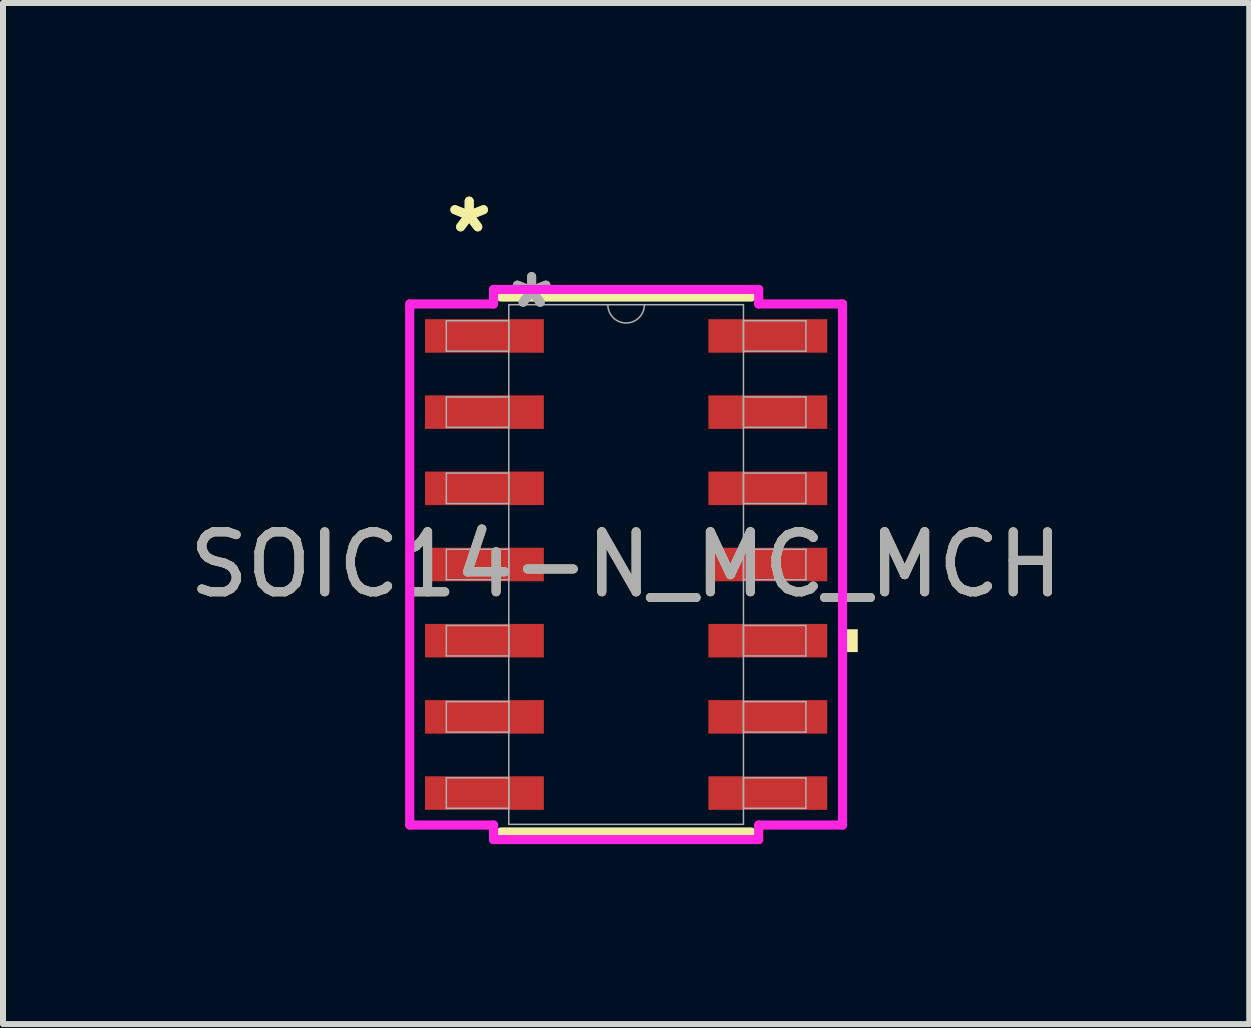
<source format=kicad_pcb>
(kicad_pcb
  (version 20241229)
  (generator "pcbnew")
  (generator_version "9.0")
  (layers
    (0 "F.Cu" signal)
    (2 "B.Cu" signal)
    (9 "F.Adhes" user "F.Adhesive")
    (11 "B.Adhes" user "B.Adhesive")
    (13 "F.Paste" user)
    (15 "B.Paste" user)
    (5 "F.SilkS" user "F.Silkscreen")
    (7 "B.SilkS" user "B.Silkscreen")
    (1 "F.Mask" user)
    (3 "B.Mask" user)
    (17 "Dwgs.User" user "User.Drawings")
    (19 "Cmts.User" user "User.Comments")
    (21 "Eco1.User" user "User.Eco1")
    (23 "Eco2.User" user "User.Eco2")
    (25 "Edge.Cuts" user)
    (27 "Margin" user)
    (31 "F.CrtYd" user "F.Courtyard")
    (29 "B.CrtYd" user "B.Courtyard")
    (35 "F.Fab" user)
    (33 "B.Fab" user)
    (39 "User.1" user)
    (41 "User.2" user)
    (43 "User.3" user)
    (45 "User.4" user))
  (footprint "SOIC14-N_MC_MCH"
    (layer "F.Cu")
    (at 7.387 6.36)
    (property "Reference" "SOIC14-N_MC_MCH" (at 0 0 0) (unlocked yes) (layer "F.SilkS") (effects (font (size 1 1) (thickness 0.15))))
    (attr smd)
    (fp_line (start -2.083 4.458) (end 2.083 4.458) (stroke (width 0.152) (type solid)) (layer "F.SilkS"))
    (fp_line (start 2.083 -4.458) (end -2.083 -4.458) (stroke (width 0.152) (type solid)) (layer "F.SilkS"))
    (fp_poly (pts (xy 3.861 1.079) (xy 3.861 1.46) (xy 3.607 1.46) (xy 3.607 1.079)) (stroke (width 0) (type solid)) (fill yes) (layer "F.SilkS"))
    (fp_line (start -3.607 -4.343) (end -2.21 -4.343) (stroke (width 0.152) (type solid)) (layer "F.CrtYd"))
    (fp_line (start -3.607 4.343) (end -3.607 -4.343) (stroke (width 0.152) (type solid)) (layer "F.CrtYd"))
    (fp_line (start -3.607 4.343) (end -2.21 4.343) (stroke (width 0.152) (type solid)) (layer "F.CrtYd"))
    (fp_line (start -2.21 -4.585) (end 2.21 -4.585) (stroke (width 0.152) (type solid)) (layer "F.CrtYd"))
    (fp_line (start -2.21 -4.343) (end -2.21 -4.585) (stroke (width 0.152) (type solid)) (layer "F.CrtYd"))
    (fp_line (start -2.21 4.585) (end -2.21 4.343) (stroke (width 0.152) (type solid)) (layer "F.CrtYd"))
    (fp_line (start 2.21 -4.585) (end 2.21 -4.343) (stroke (width 0.152) (type solid)) (layer "F.CrtYd"))
    (fp_line (start 2.21 4.343) (end 2.21 4.585) (stroke (width 0.152) (type solid)) (layer "F.CrtYd"))
    (fp_line (start 2.21 4.585) (end -2.21 4.585) (stroke (width 0.152) (type solid)) (layer "F.CrtYd"))
    (fp_line (start 3.607 -4.343) (end 2.21 -4.343) (stroke (width 0.152) (type solid)) (layer "F.CrtYd"))
    (fp_line (start 3.607 -4.343) (end 3.607 4.343) (stroke (width 0.152) (type solid)) (layer "F.CrtYd"))
    (fp_line (start 3.607 4.343) (end 2.21 4.343) (stroke (width 0.152) (type solid)) (layer "F.CrtYd"))
    (fp_line (start -2.997 -4.064) (end -2.997 -3.556) (stroke (width 0.025) (type solid)) (layer "F.Fab"))
    (fp_line (start -2.997 -3.556) (end -1.956 -3.556) (stroke (width 0.025) (type solid)) (layer "F.Fab"))
    (fp_line (start -2.997 -2.794) (end -2.997 -2.286) (stroke (width 0.025) (type solid)) (layer "F.Fab"))
    (fp_line (start -2.997 -2.286) (end -1.956 -2.286) (stroke (width 0.025) (type solid)) (layer "F.Fab"))
    (fp_line (start -2.997 -1.524) (end -2.997 -1.016) (stroke (width 0.025) (type solid)) (layer "F.Fab"))
    (fp_line (start -2.997 -1.016) (end -1.956 -1.016) (stroke (width 0.025) (type solid)) (layer "F.Fab"))
    (fp_line (start -2.997 -0.254) (end -2.997 0.254) (stroke (width 0.025) (type solid)) (layer "F.Fab"))
    (fp_line (start -2.997 0.254) (end -1.956 0.254) (stroke (width 0.025) (type solid)) (layer "F.Fab"))
    (fp_line (start -2.997 1.016) (end -2.997 1.524) (stroke (width 0.025) (type solid)) (layer "F.Fab"))
    (fp_line (start -2.997 1.524) (end -1.956 1.524) (stroke (width 0.025) (type solid)) (layer "F.Fab"))
    (fp_line (start -2.997 2.286) (end -2.997 2.794) (stroke (width 0.025) (type solid)) (layer "F.Fab"))
    (fp_line (start -2.997 2.794) (end -1.956 2.794) (stroke (width 0.025) (type solid)) (layer "F.Fab"))
    (fp_line (start -2.997 3.556) (end -2.997 4.064) (stroke (width 0.025) (type solid)) (layer "F.Fab"))
    (fp_line (start -2.997 4.064) (end -1.956 4.064) (stroke (width 0.025) (type solid)) (layer "F.Fab"))
    (fp_line (start -1.956 -4.331) (end -1.956 4.331) (stroke (width 0.025) (type solid)) (layer "F.Fab"))
    (fp_line (start -1.956 -4.064) (end -2.997 -4.064) (stroke (width 0.025) (type solid)) (layer "F.Fab"))
    (fp_line (start -1.956 -3.556) (end -1.956 -4.064) (stroke (width 0.025) (type solid)) (layer "F.Fab"))
    (fp_line (start -1.956 -2.794) (end -2.997 -2.794) (stroke (width 0.025) (type solid)) (layer "F.Fab"))
    (fp_line (start -1.956 -2.286) (end -1.956 -2.794) (stroke (width 0.025) (type solid)) (layer "F.Fab"))
    (fp_line (start -1.956 -1.524) (end -2.997 -1.524) (stroke (width 0.025) (type solid)) (layer "F.Fab"))
    (fp_line (start -1.956 -1.016) (end -1.956 -1.524) (stroke (width 0.025) (type solid)) (layer "F.Fab"))
    (fp_line (start -1.956 -0.254) (end -2.997 -0.254) (stroke (width 0.025) (type solid)) (layer "F.Fab"))
    (fp_line (start -1.956 0.254) (end -1.956 -0.254) (stroke (width 0.025) (type solid)) (layer "F.Fab"))
    (fp_line (start -1.956 1.016) (end -2.997 1.016) (stroke (width 0.025) (type solid)) (layer "F.Fab"))
    (fp_line (start -1.956 1.524) (end -1.956 1.016) (stroke (width 0.025) (type solid)) (layer "F.Fab"))
    (fp_line (start -1.956 2.286) (end -2.997 2.286) (stroke (width 0.025) (type solid)) (layer "F.Fab"))
    (fp_line (start -1.956 2.794) (end -1.956 2.286) (stroke (width 0.025) (type solid)) (layer "F.Fab"))
    (fp_line (start -1.956 3.556) (end -2.997 3.556) (stroke (width 0.025) (type solid)) (layer "F.Fab"))
    (fp_line (start -1.956 4.064) (end -1.956 3.556) (stroke (width 0.025) (type solid)) (layer "F.Fab"))
    (fp_line (start -1.956 4.331) (end 1.956 4.331) (stroke (width 0.025) (type solid)) (layer "F.Fab"))
    (fp_line (start 1.956 -4.331) (end -1.956 -4.331) (stroke (width 0.025) (type solid)) (layer "F.Fab"))
    (fp_line (start 1.956 -4.064) (end 1.956 -3.556) (stroke (width 0.025) (type solid)) (layer "F.Fab"))
    (fp_line (start 1.956 -3.556) (end 2.997 -3.556) (stroke (width 0.025) (type solid)) (layer "F.Fab"))
    (fp_line (start 1.956 -2.794) (end 1.956 -2.286) (stroke (width 0.025) (type solid)) (layer "F.Fab"))
    (fp_line (start 1.956 -2.286) (end 2.997 -2.286) (stroke (width 0.025) (type solid)) (layer "F.Fab"))
    (fp_line (start 1.956 -1.524) (end 1.956 -1.016) (stroke (width 0.025) (type solid)) (layer "F.Fab"))
    (fp_line (start 1.956 -1.016) (end 2.997 -1.016) (stroke (width 0.025) (type solid)) (layer "F.Fab"))
    (fp_line (start 1.956 -0.254) (end 1.956 0.254) (stroke (width 0.025) (type solid)) (layer "F.Fab"))
    (fp_line (start 1.956 0.254) (end 2.997 0.254) (stroke (width 0.025) (type solid)) (layer "F.Fab"))
    (fp_line (start 1.956 1.016) (end 1.956 1.524) (stroke (width 0.025) (type solid)) (layer "F.Fab"))
    (fp_line (start 1.956 1.524) (end 2.997 1.524) (stroke (width 0.025) (type solid)) (layer "F.Fab"))
    (fp_line (start 1.956 2.286) (end 1.956 2.794) (stroke (width 0.025) (type solid)) (layer "F.Fab"))
    (fp_line (start 1.956 2.794) (end 2.997 2.794) (stroke (width 0.025) (type solid)) (layer "F.Fab"))
    (fp_line (start 1.956 3.556) (end 1.956 4.064) (stroke (width 0.025) (type solid)) (layer "F.Fab"))
    (fp_line (start 1.956 4.064) (end 2.997 4.064) (stroke (width 0.025) (type solid)) (layer "F.Fab"))
    (fp_line (start 1.956 4.331) (end 1.956 -4.331) (stroke (width 0.025) (type solid)) (layer "F.Fab"))
    (fp_line (start 2.997 -4.064) (end 1.956 -4.064) (stroke (width 0.025) (type solid)) (layer "F.Fab"))
    (fp_line (start 2.997 -3.556) (end 2.997 -4.064) (stroke (width 0.025) (type solid)) (layer "F.Fab"))
    (fp_line (start 2.997 -2.794) (end 1.956 -2.794) (stroke (width 0.025) (type solid)) (layer "F.Fab"))
    (fp_line (start 2.997 -2.286) (end 2.997 -2.794) (stroke (width 0.025) (type solid)) (layer "F.Fab"))
    (fp_line (start 2.997 -1.524) (end 1.956 -1.524) (stroke (width 0.025) (type solid)) (layer "F.Fab"))
    (fp_line (start 2.997 -1.016) (end 2.997 -1.524) (stroke (width 0.025) (type solid)) (layer "F.Fab"))
    (fp_line (start 2.997 -0.254) (end 1.956 -0.254) (stroke (width 0.025) (type solid)) (layer "F.Fab"))
    (fp_line (start 2.997 0.254) (end 2.997 -0.254) (stroke (width 0.025) (type solid)) (layer "F.Fab"))
    (fp_line (start 2.997 1.016) (end 1.956 1.016) (stroke (width 0.025) (type solid)) (layer "F.Fab"))
    (fp_line (start 2.997 1.524) (end 2.997 1.016) (stroke (width 0.025) (type solid)) (layer "F.Fab"))
    (fp_line (start 2.997 2.286) (end 1.956 2.286) (stroke (width 0.025) (type solid)) (layer "F.Fab"))
    (fp_line (start 2.997 2.794) (end 2.997 2.286) (stroke (width 0.025) (type solid)) (layer "F.Fab"))
    (fp_line (start 2.997 3.556) (end 1.956 3.556) (stroke (width 0.025) (type solid)) (layer "F.Fab"))
    (fp_line (start 2.997 4.064) (end 2.997 3.556) (stroke (width 0.025) (type solid)) (layer "F.Fab"))
    (fp_arc (start 0.3048 -4.3307) (mid 0 -4.0259) (end -0.3048 -4.3307) (stroke (width 0.0254) (type solid)) (layer "F.Fab"))
    (fp_text user "*" (at -2.616 -5.512 0) (unlocked yes) (layer "F.SilkS") (effects (font (size 1 1) (thickness 0.15))))
    (fp_text user "*" (at -2.616 -5.512 0) (layer "F.SilkS") (effects (font (size 1 1) (thickness 0.15))))
    (fp_text user "*" (at -1.575 -4.255 0) (layer "F.Fab") (effects (font (size 1 1) (thickness 0.15))))
    (fp_text user "*" (at -1.575 -4.255 0) (unlocked yes) (layer "F.Fab") (effects (font (size 1 1) (thickness 0.15))))
    (fp_text user "${REFERENCE}" (at 0 0 0) (unlocked yes) (layer "F.Fab") (effects (font (size 1 1) (thickness 0.15))))
    (pad "1" smd rect (at -2.362 -3.81) (size 1.981 0.559) (layers "F.Cu" "F.Mask" "F.Paste"))
    (pad "2" smd rect (at -2.362 -2.54) (size 1.981 0.559) (layers "F.Cu" "F.Mask" "F.Paste"))
    (pad "3" smd rect (at -2.362 -1.27) (size 1.981 0.559) (layers "F.Cu" "F.Mask" "F.Paste"))
    (pad "4" smd rect (at -2.362 0) (size 1.981 0.559) (layers "F.Cu" "F.Mask" "F.Paste"))
    (pad "5" smd rect (at -2.362 1.27) (size 1.981 0.559) (layers "F.Cu" "F.Mask" "F.Paste"))
    (pad "6" smd rect (at -2.362 2.54) (size 1.981 0.559) (layers "F.Cu" "F.Mask" "F.Paste"))
    (pad "7" smd rect (at -2.362 3.81) (size 1.981 0.559) (layers "F.Cu" "F.Mask" "F.Paste"))
    (pad "8" smd rect (at 2.362 3.81) (size 1.981 0.559) (layers "F.Cu" "F.Mask" "F.Paste"))
    (pad "9" smd rect (at 2.362 2.54) (size 1.981 0.559) (layers "F.Cu" "F.Mask" "F.Paste"))
    (pad "10" smd rect (at 2.362 1.27) (size 1.981 0.559) (layers "F.Cu" "F.Mask" "F.Paste"))
    (pad "11" smd rect (at 2.362 0) (size 1.981 0.559) (layers "F.Cu" "F.Mask" "F.Paste"))
    (pad "12" smd rect (at 2.362 -1.27) (size 1.981 0.559) (layers "F.Cu" "F.Mask" "F.Paste"))
    (pad "13" smd rect (at 2.362 -2.54) (size 1.981 0.559) (layers "F.Cu" "F.Mask" "F.Paste"))
    (pad "14" smd rect (at 2.362 -3.81) (size 1.981 0.559) (layers "F.Cu" "F.Mask" "F.Paste")))
  (gr_rect
    (start -3 -3)
    (end 17.774 14.021)
    (stroke (width 0.1) (type default))
    (fill no)
    (layer "Edge.Cuts")))
</source>
